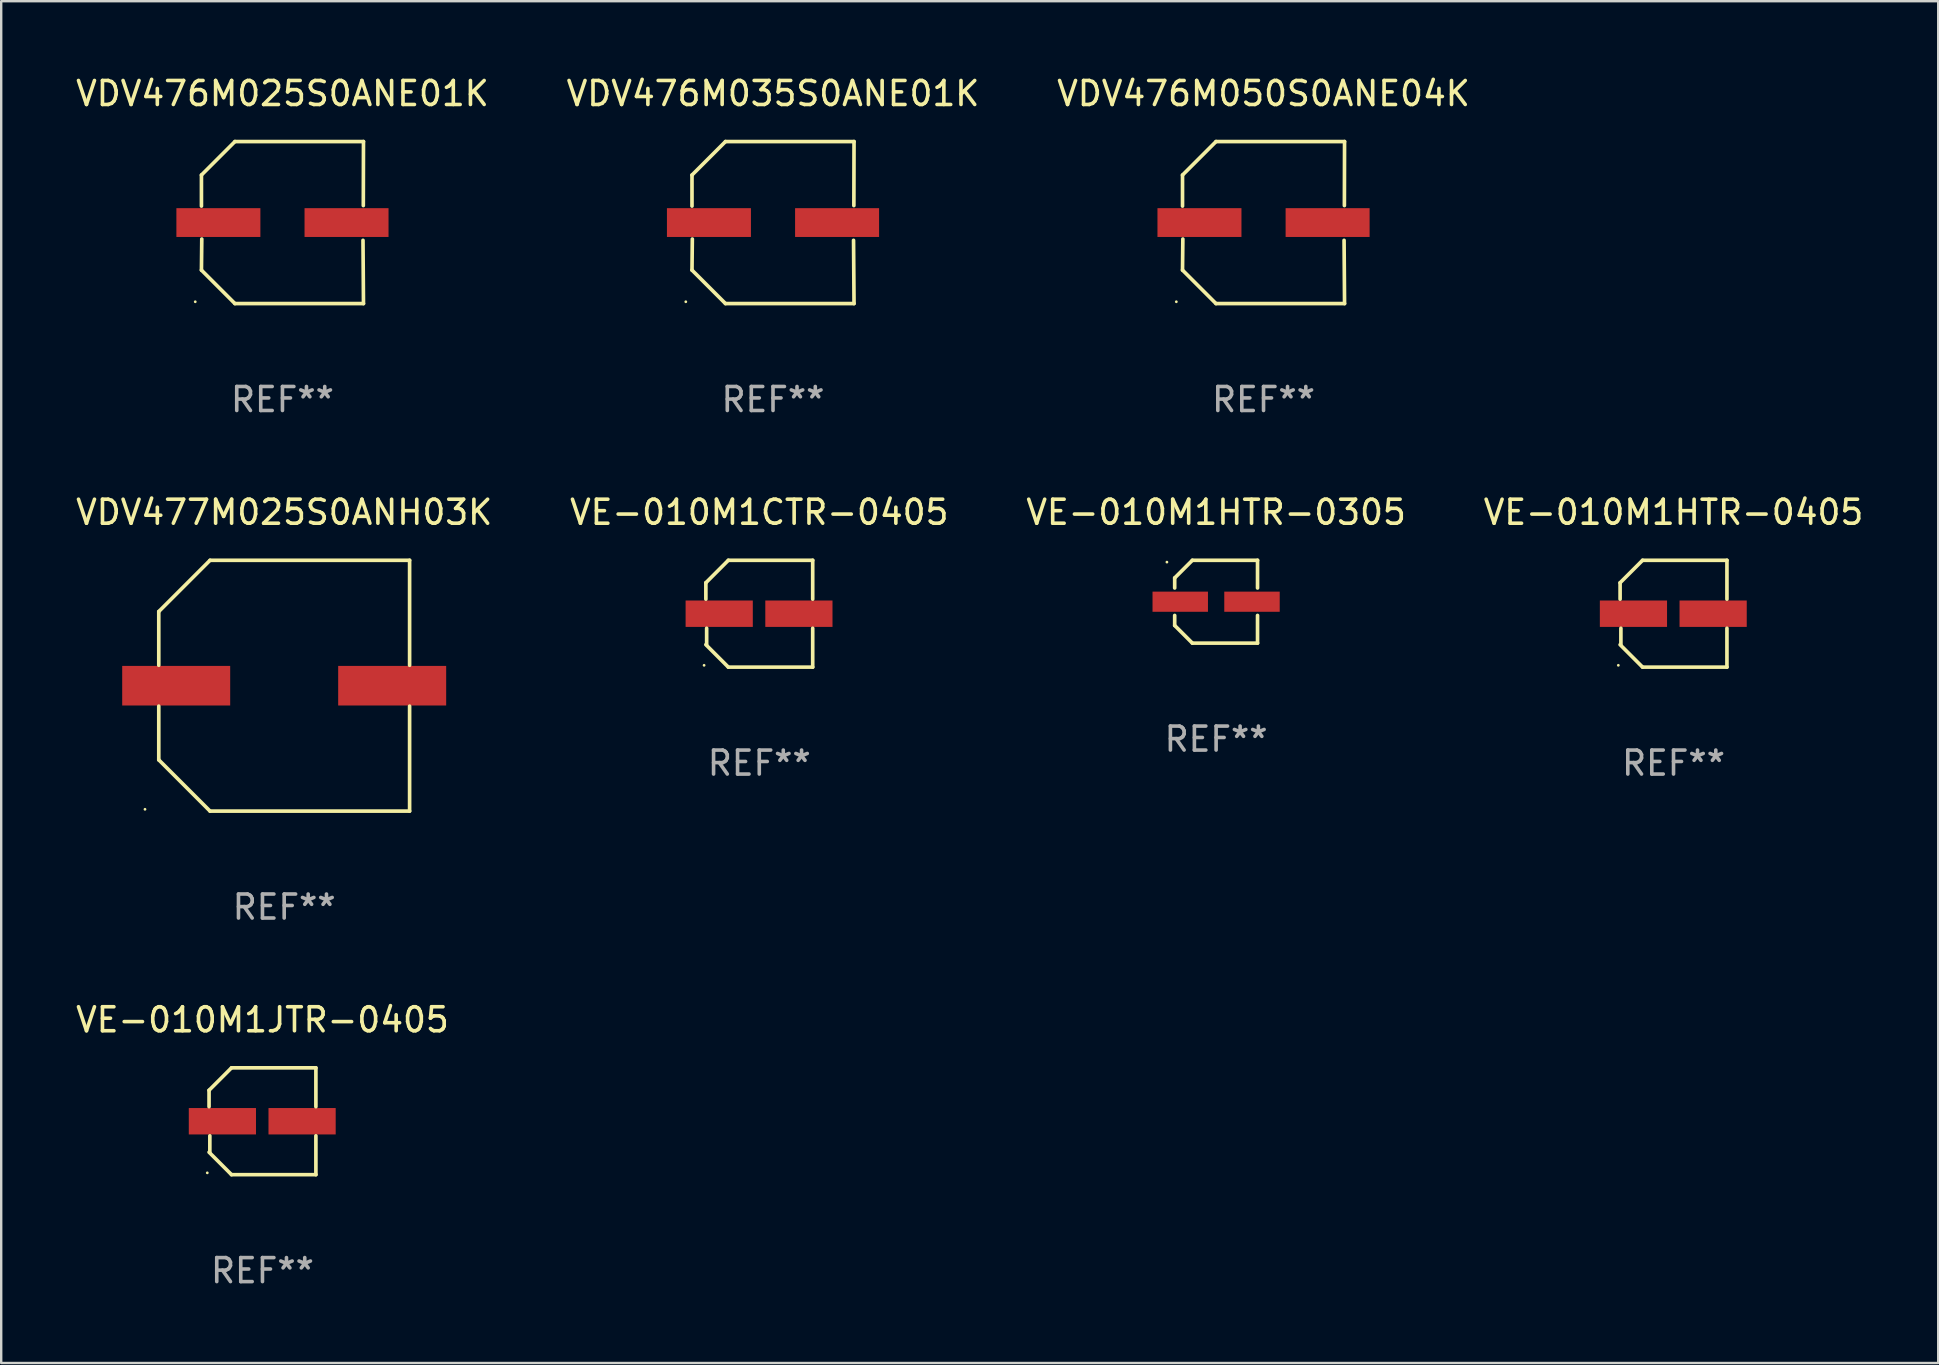
<source format=kicad_pcb>
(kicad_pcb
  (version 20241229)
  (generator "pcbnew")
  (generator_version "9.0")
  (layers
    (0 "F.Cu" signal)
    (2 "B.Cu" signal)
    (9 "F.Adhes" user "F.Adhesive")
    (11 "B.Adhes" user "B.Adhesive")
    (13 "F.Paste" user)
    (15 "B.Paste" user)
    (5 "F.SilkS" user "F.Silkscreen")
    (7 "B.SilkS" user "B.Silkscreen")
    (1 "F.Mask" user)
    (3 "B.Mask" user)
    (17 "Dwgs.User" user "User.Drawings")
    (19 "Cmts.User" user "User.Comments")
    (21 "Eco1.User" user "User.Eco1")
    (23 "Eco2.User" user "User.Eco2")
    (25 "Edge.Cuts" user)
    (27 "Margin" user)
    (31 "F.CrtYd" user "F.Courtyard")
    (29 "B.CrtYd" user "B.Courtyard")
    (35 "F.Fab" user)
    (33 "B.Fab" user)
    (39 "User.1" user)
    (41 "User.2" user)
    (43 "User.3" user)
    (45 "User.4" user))
  (footprint "VE-010M1HTR-0405"
    (layer "F.Cu")
    (at 66.685 22.523)
    (property "Reference" "VE-010M1HTR-0405" (at 0 -4.226 0) (layer "F.SilkS") (effects (font (size 1 1) (thickness 0.15))))
    (attr through_hole)
    (fp_line (start -2.226 -1.29) (end -2.226 -0.607) (stroke (width 0.152) (type solid)) (layer "F.SilkS"))
    (fp_line (start -2.193 1.29) (end -2.193 0.607) (stroke (width 0.152) (type solid)) (layer "F.SilkS"))
    (fp_line (start -1.29 2.226) (end -2.226 1.29) (stroke (width 0.152) (type solid)) (layer "F.SilkS"))
    (fp_line (start -1.29 -2.226) (end -2.226 -1.29) (stroke (width 0.152) (type solid)) (layer "F.SilkS"))
    (fp_line (start 2.226 -2.226) (end -1.29 -2.226) (stroke (width 0.152) (type solid)) (layer "F.SilkS"))
    (fp_line (start 2.226 -0.607) (end 2.226 -2.226) (stroke (width 0.152) (type solid)) (layer "F.SilkS"))
    (fp_line (start 2.226 0.607) (end 2.226 2.226) (stroke (width 0.152) (type solid)) (layer "F.SilkS"))
    (fp_line (start 2.226 2.226) (end -1.29 2.226) (stroke (width 0.152) (type solid)) (layer "F.SilkS"))
    (fp_circle (center -2.3 2.15) (end -2.27 2.15) (stroke (width 0.06) (type solid)) (fill no) (layer "F.SilkS"))
    (fp_text user "REF**" (at 0 6.226 0) (layer "F.Fab") (effects (font (size 1 1) (thickness 0.15))))
    (pad "1" smd rect (at -1.67 -0.000025) (size 2.8 1.1) (layers "F.Cu" "F.Mask" "F.Paste"))
    (pad "2" smd rect (at 1.651 -0.000025) (size 2.8 1.1) (layers "F.Cu" "F.Mask" "F.Paste")))
  (footprint "VDV477M025S0ANH03K"
    (layer "F.Cu")
    (at 8.792 25.523)
    (property "Reference" "VDV477M025S0ANH03K" (at 0 -7.226 0) (layer "F.SilkS") (effects (font (size 1 1) (thickness 0.15))))
    (attr through_hole)
    (fp_line (start -5.226 -3.09) (end -5.226 -0.852) (stroke (width 0.152) (type solid)) (layer "F.SilkS"))
    (fp_line (start -5.226 3.09) (end -5.226 0.852) (stroke (width 0.152) (type solid)) (layer "F.SilkS"))
    (fp_line (start -3.09 -5.226) (end -5.226 -3.09) (stroke (width 0.152) (type solid)) (layer "F.SilkS"))
    (fp_line (start -3.09 5.226) (end -5.226 3.09) (stroke (width 0.152) (type solid)) (layer "F.SilkS"))
    (fp_line (start 5.226 -5.226) (end -3.09 -5.226) (stroke (width 0.152) (type solid)) (layer "F.SilkS"))
    (fp_line (start 5.226 -0.852) (end 5.226 -5.226) (stroke (width 0.152) (type solid)) (layer "F.SilkS"))
    (fp_line (start 5.226 0.852) (end 5.226 5.226) (stroke (width 0.152) (type solid)) (layer "F.SilkS"))
    (fp_line (start 5.226 5.226) (end -3.09 5.226) (stroke (width 0.152) (type solid)) (layer "F.SilkS"))
    (fp_circle (center -5.8 5.15) (end -5.77 5.15) (stroke (width 0.06) (type solid)) (fill no) (layer "F.SilkS"))
    (fp_text user "REF**" (at 0 9.226 0) (layer "F.Fab") (effects (font (size 1 1) (thickness 0.15))))
    (pad "1" smd rect (at -4.5 0) (size 4.5 1.65) (layers "F.Cu" "F.Mask" "F.Paste"))
    (pad "2" smd rect (at 4.5 0) (size 4.5 1.65) (layers "F.Cu" "F.Mask" "F.Paste")))
  (footprint "VDV476M035S0ANE01K"
    (layer "F.Cu")
    (at 29.161 6.224)
    (property "Reference" "VDV476M035S0ANE01K" (at 0 -5.376 0) (layer "F.SilkS") (effects (font (size 1 1) (thickness 0.15))))
    (attr through_hole)
    (fp_line (start -3.376 -1.98) (end -3.376 -0.686) (stroke (width 0.152) (type solid)) (layer "F.SilkS"))
    (fp_line (start -3.376 1.981) (end -3.362 0.686) (stroke (width 0.152) (type solid)) (layer "F.SilkS"))
    (fp_line (start -1.981 3.376) (end -3.376 1.981) (stroke (width 0.152) (type solid)) (layer "F.SilkS"))
    (fp_line (start -1.98 -3.376) (end -3.376 -1.98) (stroke (width 0.152) (type solid)) (layer "F.SilkS"))
    (fp_line (start 3.356 0.74) (end 3.376 3.376) (stroke (width 0.152) (type solid)) (layer "F.SilkS"))
    (fp_line (start 3.369 -0.707) (end 3.376 -3.376) (stroke (width 0.152) (type solid)) (layer "F.SilkS"))
    (fp_line (start 3.376 3.376) (end -1.981 3.376) (stroke (width 0.152) (type solid)) (layer "F.SilkS"))
    (fp_line (start 3.376 -3.376) (end -1.98 -3.376) (stroke (width 0.152) (type solid)) (layer "F.SilkS"))
    (fp_circle (center -3.634 3.3) (end -3.604 3.3) (stroke (width 0.06) (type solid)) (fill no) (layer "F.SilkS"))
    (fp_text user "REF**" (at 0 7.376 0) (layer "F.Fab") (effects (font (size 1 1) (thickness 0.15))))
    (pad "1" smd rect (at -2.67 0.000254) (size 3.5 1.2) (layers "F.Cu" "F.Mask" "F.Paste"))
    (pad "2" smd rect (at 2.67 0.000254) (size 3.5 1.2) (layers "F.Cu" "F.Mask" "F.Paste")))
  (footprint "VE-010M1CTR-0405"
    (layer "F.Cu")
    (at 28.589 22.523)
    (property "Reference" "VE-010M1CTR-0405" (at 0 -4.226 0) (layer "F.SilkS") (effects (font (size 1 1) (thickness 0.15))))
    (attr through_hole)
    (fp_line (start -2.226 -1.29) (end -2.226 -0.607) (stroke (width 0.152) (type solid)) (layer "F.SilkS"))
    (fp_line (start -2.193 1.29) (end -2.193 0.607) (stroke (width 0.152) (type solid)) (layer "F.SilkS"))
    (fp_line (start -1.29 2.226) (end -2.226 1.29) (stroke (width 0.152) (type solid)) (layer "F.SilkS"))
    (fp_line (start -1.29 -2.226) (end -2.226 -1.29) (stroke (width 0.152) (type solid)) (layer "F.SilkS"))
    (fp_line (start 2.226 -2.226) (end -1.29 -2.226) (stroke (width 0.152) (type solid)) (layer "F.SilkS"))
    (fp_line (start 2.226 -0.607) (end 2.226 -2.226) (stroke (width 0.152) (type solid)) (layer "F.SilkS"))
    (fp_line (start 2.226 0.607) (end 2.226 2.226) (stroke (width 0.152) (type solid)) (layer "F.SilkS"))
    (fp_line (start 2.226 2.226) (end -1.29 2.226) (stroke (width 0.152) (type solid)) (layer "F.SilkS"))
    (fp_circle (center -2.3 2.15) (end -2.27 2.15) (stroke (width 0.06) (type solid)) (fill no) (layer "F.SilkS"))
    (fp_text user "REF**" (at 0 6.226 0) (layer "F.Fab") (effects (font (size 1 1) (thickness 0.15))))
    (pad "1" smd rect (at -1.67 -0.000025) (size 2.8 1.1) (layers "F.Cu" "F.Mask" "F.Paste"))
    (pad "2" smd rect (at 1.651 -0.000025) (size 2.8 1.1) (layers "F.Cu" "F.Mask" "F.Paste")))
  (footprint "VE-010M1JTR-0405"
    (layer "F.Cu")
    (at 7.887 43.672)
    (property "Reference" "VE-010M1JTR-0405" (at 0 -4.226 0) (layer "F.SilkS") (effects (font (size 1 1) (thickness 0.15))))
    (attr through_hole)
    (fp_line (start -2.226 -1.29) (end -2.226 -0.607) (stroke (width 0.152) (type solid)) (layer "F.SilkS"))
    (fp_line (start -2.193 1.29) (end -2.193 0.607) (stroke (width 0.152) (type solid)) (layer "F.SilkS"))
    (fp_line (start -1.29 2.226) (end -2.226 1.29) (stroke (width 0.152) (type solid)) (layer "F.SilkS"))
    (fp_line (start -1.29 -2.226) (end -2.226 -1.29) (stroke (width 0.152) (type solid)) (layer "F.SilkS"))
    (fp_line (start 2.226 -2.226) (end -1.29 -2.226) (stroke (width 0.152) (type solid)) (layer "F.SilkS"))
    (fp_line (start 2.226 -0.607) (end 2.226 -2.226) (stroke (width 0.152) (type solid)) (layer "F.SilkS"))
    (fp_line (start 2.226 0.607) (end 2.226 2.226) (stroke (width 0.152) (type solid)) (layer "F.SilkS"))
    (fp_line (start 2.226 2.226) (end -1.29 2.226) (stroke (width 0.152) (type solid)) (layer "F.SilkS"))
    (fp_circle (center -2.3 2.15) (end -2.27 2.15) (stroke (width 0.06) (type solid)) (fill no) (layer "F.SilkS"))
    (fp_text user "REF**" (at 0 6.226 0) (layer "F.Fab") (effects (font (size 1 1) (thickness 0.15))))
    (pad "1" smd rect (at -1.67 -0.000025) (size 2.8 1.1) (layers "F.Cu" "F.Mask" "F.Paste"))
    (pad "2" smd rect (at 1.651 -0.000025) (size 2.8 1.1) (layers "F.Cu" "F.Mask" "F.Paste")))
  (footprint "VDV476M025S0ANE01K"
    (layer "F.Cu")
    (at 8.72 6.224)
    (property "Reference" "VDV476M025S0ANE01K" (at 0 -5.376 0) (layer "F.SilkS") (effects (font (size 1 1) (thickness 0.15))))
    (attr through_hole)
    (fp_line (start -3.376 -1.98) (end -3.376 -0.686) (stroke (width 0.152) (type solid)) (layer "F.SilkS"))
    (fp_line (start -3.376 1.981) (end -3.362 0.686) (stroke (width 0.152) (type solid)) (layer "F.SilkS"))
    (fp_line (start -1.981 3.376) (end -3.376 1.981) (stroke (width 0.152) (type solid)) (layer "F.SilkS"))
    (fp_line (start -1.98 -3.376) (end -3.376 -1.98) (stroke (width 0.152) (type solid)) (layer "F.SilkS"))
    (fp_line (start 3.356 0.74) (end 3.376 3.376) (stroke (width 0.152) (type solid)) (layer "F.SilkS"))
    (fp_line (start 3.369 -0.707) (end 3.376 -3.376) (stroke (width 0.152) (type solid)) (layer "F.SilkS"))
    (fp_line (start 3.376 3.376) (end -1.981 3.376) (stroke (width 0.152) (type solid)) (layer "F.SilkS"))
    (fp_line (start 3.376 -3.376) (end -1.98 -3.376) (stroke (width 0.152) (type solid)) (layer "F.SilkS"))
    (fp_circle (center -3.634 3.3) (end -3.604 3.3) (stroke (width 0.06) (type solid)) (fill no) (layer "F.SilkS"))
    (fp_text user "REF**" (at 0 7.376 0) (layer "F.Fab") (effects (font (size 1 1) (thickness 0.15))))
    (pad "1" smd rect (at -2.67 0.000254) (size 3.5 1.2) (layers "F.Cu" "F.Mask" "F.Paste"))
    (pad "2" smd rect (at 2.67 0.000254) (size 3.5 1.2) (layers "F.Cu" "F.Mask" "F.Paste")))
  (footprint "VE-010M1HTR-0305"
    (layer "F.Cu")
    (at 47.625 22.023)
    (property "Reference" "VE-010M1HTR-0305" (at 0 -3.726 0) (layer "F.SilkS") (effects (font (size 1 1) (thickness 0.15))))
    (attr through_hole)
    (fp_line (start -1.726 -0.99) (end -1.726 -0.572) (stroke (width 0.152) (type solid)) (layer "F.SilkS"))
    (fp_line (start -1.726 0.99) (end -1.726 0.572) (stroke (width 0.152) (type solid)) (layer "F.SilkS"))
    (fp_line (start -0.99 -1.726) (end -1.726 -0.99) (stroke (width 0.152) (type solid)) (layer "F.SilkS"))
    (fp_line (start -0.99 1.726) (end -1.726 0.99) (stroke (width 0.152) (type solid)) (layer "F.SilkS"))
    (fp_line (start 1.726 -1.726) (end -0.99 -1.726) (stroke (width 0.152) (type solid)) (layer "F.SilkS"))
    (fp_line (start 1.726 -0.572) (end 1.726 -1.726) (stroke (width 0.152) (type solid)) (layer "F.SilkS"))
    (fp_line (start 1.726 0.572) (end 1.726 1.726) (stroke (width 0.152) (type solid)) (layer "F.SilkS"))
    (fp_line (start 1.726 1.726) (end -0.99 1.726) (stroke (width 0.152) (type solid)) (layer "F.SilkS"))
    (fp_circle (center -2.05 -1.65) (end -2.02 -1.65) (stroke (width 0.06) (type solid)) (fill no) (layer "F.SilkS"))
    (fp_text user "REF**" (at 0 5.726 0) (layer "F.Fab") (effects (font (size 1 1) (thickness 0.15))))
    (pad "1" smd rect (at -1.495 0) (size 2.31 0.84) (layers "F.Cu" "F.Mask" "F.Paste"))
    (pad "2" smd rect (at 1.495 0) (size 2.31 0.84) (layers "F.Cu" "F.Mask" "F.Paste")))
  (footprint "VDV476M050S0ANE04K"
    (layer "F.Cu")
    (at 49.601 6.224)
    (property "Reference" "VDV476M050S0ANE04K" (at 0 -5.376 0) (layer "F.SilkS") (effects (font (size 1 1) (thickness 0.15))))
    (attr through_hole)
    (fp_line (start -3.376 -1.98) (end -3.376 -0.686) (stroke (width 0.152) (type solid)) (layer "F.SilkS"))
    (fp_line (start -3.376 1.981) (end -3.362 0.686) (stroke (width 0.152) (type solid)) (layer "F.SilkS"))
    (fp_line (start -1.981 3.376) (end -3.376 1.981) (stroke (width 0.152) (type solid)) (layer "F.SilkS"))
    (fp_line (start -1.98 -3.376) (end -3.376 -1.98) (stroke (width 0.152) (type solid)) (layer "F.SilkS"))
    (fp_line (start 3.356 0.74) (end 3.376 3.376) (stroke (width 0.152) (type solid)) (layer "F.SilkS"))
    (fp_line (start 3.369 -0.707) (end 3.376 -3.376) (stroke (width 0.152) (type solid)) (layer "F.SilkS"))
    (fp_line (start 3.376 3.376) (end -1.981 3.376) (stroke (width 0.152) (type solid)) (layer "F.SilkS"))
    (fp_line (start 3.376 -3.376) (end -1.98 -3.376) (stroke (width 0.152) (type solid)) (layer "F.SilkS"))
    (fp_circle (center -3.634 3.3) (end -3.604 3.3) (stroke (width 0.06) (type solid)) (fill no) (layer "F.SilkS"))
    (fp_text user "REF**" (at 0 7.376 0) (layer "F.Fab") (effects (font (size 1 1) (thickness 0.15))))
    (pad "1" smd rect (at -2.67 0.000254) (size 3.5 1.2) (layers "F.Cu" "F.Mask" "F.Paste"))
    (pad "2" smd rect (at 2.67 0.000254) (size 3.5 1.2) (layers "F.Cu" "F.Mask" "F.Paste")))
  (gr_rect
    (start -3 -3)
    (end 77.714 53.746)
    (stroke (width 0.1) (type default))
    (fill no)
    (layer "Edge.Cuts")))
</source>
